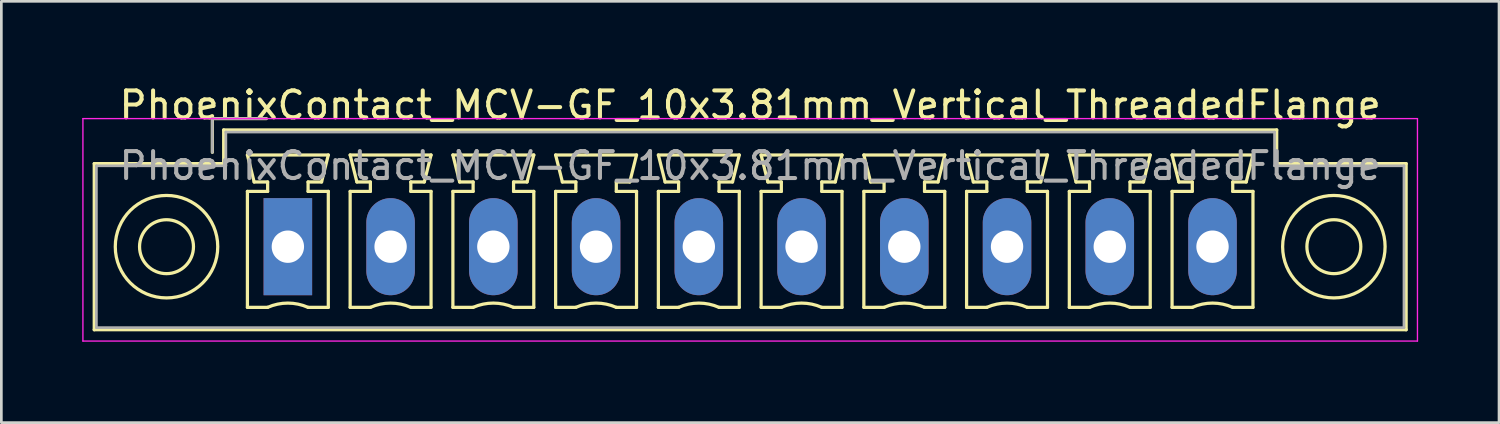
<source format=kicad_pcb>
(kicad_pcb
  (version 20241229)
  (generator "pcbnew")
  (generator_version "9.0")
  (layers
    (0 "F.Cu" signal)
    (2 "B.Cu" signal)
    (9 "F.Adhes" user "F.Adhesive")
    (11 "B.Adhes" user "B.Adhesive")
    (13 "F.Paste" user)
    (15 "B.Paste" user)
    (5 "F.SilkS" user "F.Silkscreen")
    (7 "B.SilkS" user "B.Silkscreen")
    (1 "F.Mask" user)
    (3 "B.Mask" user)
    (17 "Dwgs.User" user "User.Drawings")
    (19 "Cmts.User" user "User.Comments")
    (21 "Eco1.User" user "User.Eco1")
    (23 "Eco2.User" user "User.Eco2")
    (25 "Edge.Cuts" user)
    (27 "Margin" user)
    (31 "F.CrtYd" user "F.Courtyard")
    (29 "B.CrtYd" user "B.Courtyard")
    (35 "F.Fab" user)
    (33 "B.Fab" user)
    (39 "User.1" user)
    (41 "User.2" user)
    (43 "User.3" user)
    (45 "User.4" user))
  (footprint "PhoenixContact_MCV-GF_10x3.81mm_Vertical_ThreadedFlange"
    (layer "F.Cu")
    (at 7.625 6.098)
    (property "Reference" "PhoenixContact_MCV-GF_10x3.81mm_Vertical_ThreadedFlange" (at 17.145 -5.25 0) (layer "F.SilkS") (effects (font (size 1 1) (thickness 0.15))))
    (attr through_hole)
    (fp_line (start -7.18 -3.08) (end -7.18 3.08) (stroke (width 0.12) (type solid)) (layer "F.SilkS"))
    (fp_line (start -7.18 3.08) (end 41.47 3.08) (stroke (width 0.12) (type solid)) (layer "F.SilkS"))
    (fp_line (start -2.8 -4.75) (end -0.8 -4.75) (stroke (width 0.12) (type solid)) (layer "F.SilkS"))
    (fp_line (start -2.8 -3.5) (end -2.8 -4.75) (stroke (width 0.12) (type solid)) (layer "F.SilkS"))
    (fp_line (start -2.38 -4.33) (end -2.38 -3.08) (stroke (width 0.12) (type solid)) (layer "F.SilkS"))
    (fp_line (start -2.38 -3.08) (end -7.18 -3.08) (stroke (width 0.12) (type solid)) (layer "F.SilkS"))
    (fp_line (start -1.5 -3.4) (end 1.5 -3.4) (stroke (width 0.12) (type solid)) (layer "F.SilkS"))
    (fp_line (start -1.5 -2.05) (end -0.75 -2.05) (stroke (width 0.12) (type solid)) (layer "F.SilkS"))
    (fp_line (start -1.5 2.25) (end -1.5 -2.05) (stroke (width 0.12) (type solid)) (layer "F.SilkS"))
    (fp_line (start -1.25 -2.4) (end -1.5 -3.4) (stroke (width 0.12) (type solid)) (layer "F.SilkS"))
    (fp_line (start -0.75 -2.4) (end -1.25 -2.4) (stroke (width 0.12) (type solid)) (layer "F.SilkS"))
    (fp_line (start -0.75 -2.05) (end -0.75 -2.4) (stroke (width 0.12) (type solid)) (layer "F.SilkS"))
    (fp_line (start -0.75 2.25) (end -1.5 2.25) (stroke (width 0.12) (type solid)) (layer "F.SilkS"))
    (fp_line (start 0.75 -2.4) (end 0.75 -2.05) (stroke (width 0.12) (type solid)) (layer "F.SilkS"))
    (fp_line (start 0.75 -2.05) (end 1.5 -2.05) (stroke (width 0.12) (type solid)) (layer "F.SilkS"))
    (fp_line (start 1.25 -2.4) (end 0.75 -2.4) (stroke (width 0.12) (type solid)) (layer "F.SilkS"))
    (fp_line (start 1.5 -3.4) (end 1.25 -2.4) (stroke (width 0.12) (type solid)) (layer "F.SilkS"))
    (fp_line (start 1.5 -2.05) (end 1.5 2.25) (stroke (width 0.12) (type solid)) (layer "F.SilkS"))
    (fp_line (start 1.5 2.25) (end 0.75 2.25) (stroke (width 0.12) (type solid)) (layer "F.SilkS"))
    (fp_line (start 2.31 -3.4) (end 5.31 -3.4) (stroke (width 0.12) (type solid)) (layer "F.SilkS"))
    (fp_line (start 2.31 -2.05) (end 3.06 -2.05) (stroke (width 0.12) (type solid)) (layer "F.SilkS"))
    (fp_line (start 2.31 2.25) (end 2.31 -2.05) (stroke (width 0.12) (type solid)) (layer "F.SilkS"))
    (fp_line (start 2.56 -2.4) (end 2.31 -3.4) (stroke (width 0.12) (type solid)) (layer "F.SilkS"))
    (fp_line (start 3.06 -2.4) (end 2.56 -2.4) (stroke (width 0.12) (type solid)) (layer "F.SilkS"))
    (fp_line (start 3.06 -2.05) (end 3.06 -2.4) (stroke (width 0.12) (type solid)) (layer "F.SilkS"))
    (fp_line (start 3.06 2.25) (end 2.31 2.25) (stroke (width 0.12) (type solid)) (layer "F.SilkS"))
    (fp_line (start 4.56 -2.4) (end 4.56 -2.05) (stroke (width 0.12) (type solid)) (layer "F.SilkS"))
    (fp_line (start 4.56 -2.05) (end 5.31 -2.05) (stroke (width 0.12) (type solid)) (layer "F.SilkS"))
    (fp_line (start 5.06 -2.4) (end 4.56 -2.4) (stroke (width 0.12) (type solid)) (layer "F.SilkS"))
    (fp_line (start 5.31 -3.4) (end 5.06 -2.4) (stroke (width 0.12) (type solid)) (layer "F.SilkS"))
    (fp_line (start 5.31 -2.05) (end 5.31 2.25) (stroke (width 0.12) (type solid)) (layer "F.SilkS"))
    (fp_line (start 5.31 2.25) (end 4.56 2.25) (stroke (width 0.12) (type solid)) (layer "F.SilkS"))
    (fp_line (start 6.12 -3.4) (end 9.12 -3.4) (stroke (width 0.12) (type solid)) (layer "F.SilkS"))
    (fp_line (start 6.12 -2.05) (end 6.87 -2.05) (stroke (width 0.12) (type solid)) (layer "F.SilkS"))
    (fp_line (start 6.12 2.25) (end 6.12 -2.05) (stroke (width 0.12) (type solid)) (layer "F.SilkS"))
    (fp_line (start 6.37 -2.4) (end 6.12 -3.4) (stroke (width 0.12) (type solid)) (layer "F.SilkS"))
    (fp_line (start 6.87 -2.4) (end 6.37 -2.4) (stroke (width 0.12) (type solid)) (layer "F.SilkS"))
    (fp_line (start 6.87 -2.05) (end 6.87 -2.4) (stroke (width 0.12) (type solid)) (layer "F.SilkS"))
    (fp_line (start 6.87 2.25) (end 6.12 2.25) (stroke (width 0.12) (type solid)) (layer "F.SilkS"))
    (fp_line (start 8.37 -2.4) (end 8.37 -2.05) (stroke (width 0.12) (type solid)) (layer "F.SilkS"))
    (fp_line (start 8.37 -2.05) (end 9.12 -2.05) (stroke (width 0.12) (type solid)) (layer "F.SilkS"))
    (fp_line (start 8.87 -2.4) (end 8.37 -2.4) (stroke (width 0.12) (type solid)) (layer "F.SilkS"))
    (fp_line (start 9.12 -3.4) (end 8.87 -2.4) (stroke (width 0.12) (type solid)) (layer "F.SilkS"))
    (fp_line (start 9.12 -2.05) (end 9.12 2.25) (stroke (width 0.12) (type solid)) (layer "F.SilkS"))
    (fp_line (start 9.12 2.25) (end 8.37 2.25) (stroke (width 0.12) (type solid)) (layer "F.SilkS"))
    (fp_line (start 9.93 -3.4) (end 12.93 -3.4) (stroke (width 0.12) (type solid)) (layer "F.SilkS"))
    (fp_line (start 9.93 -2.05) (end 10.68 -2.05) (stroke (width 0.12) (type solid)) (layer "F.SilkS"))
    (fp_line (start 9.93 2.25) (end 9.93 -2.05) (stroke (width 0.12) (type solid)) (layer "F.SilkS"))
    (fp_line (start 10.18 -2.4) (end 9.93 -3.4) (stroke (width 0.12) (type solid)) (layer "F.SilkS"))
    (fp_line (start 10.68 -2.4) (end 10.18 -2.4) (stroke (width 0.12) (type solid)) (layer "F.SilkS"))
    (fp_line (start 10.68 -2.05) (end 10.68 -2.4) (stroke (width 0.12) (type solid)) (layer "F.SilkS"))
    (fp_line (start 10.68 2.25) (end 9.93 2.25) (stroke (width 0.12) (type solid)) (layer "F.SilkS"))
    (fp_line (start 12.18 -2.4) (end 12.18 -2.05) (stroke (width 0.12) (type solid)) (layer "F.SilkS"))
    (fp_line (start 12.18 -2.05) (end 12.93 -2.05) (stroke (width 0.12) (type solid)) (layer "F.SilkS"))
    (fp_line (start 12.68 -2.4) (end 12.18 -2.4) (stroke (width 0.12) (type solid)) (layer "F.SilkS"))
    (fp_line (start 12.93 -3.4) (end 12.68 -2.4) (stroke (width 0.12) (type solid)) (layer "F.SilkS"))
    (fp_line (start 12.93 -2.05) (end 12.93 2.25) (stroke (width 0.12) (type solid)) (layer "F.SilkS"))
    (fp_line (start 12.93 2.25) (end 12.18 2.25) (stroke (width 0.12) (type solid)) (layer "F.SilkS"))
    (fp_line (start 13.74 -3.4) (end 16.74 -3.4) (stroke (width 0.12) (type solid)) (layer "F.SilkS"))
    (fp_line (start 13.74 -2.05) (end 14.49 -2.05) (stroke (width 0.12) (type solid)) (layer "F.SilkS"))
    (fp_line (start 13.74 2.25) (end 13.74 -2.05) (stroke (width 0.12) (type solid)) (layer "F.SilkS"))
    (fp_line (start 13.99 -2.4) (end 13.74 -3.4) (stroke (width 0.12) (type solid)) (layer "F.SilkS"))
    (fp_line (start 14.49 -2.4) (end 13.99 -2.4) (stroke (width 0.12) (type solid)) (layer "F.SilkS"))
    (fp_line (start 14.49 -2.05) (end 14.49 -2.4) (stroke (width 0.12) (type solid)) (layer "F.SilkS"))
    (fp_line (start 14.49 2.25) (end 13.74 2.25) (stroke (width 0.12) (type solid)) (layer "F.SilkS"))
    (fp_line (start 15.99 -2.4) (end 15.99 -2.05) (stroke (width 0.12) (type solid)) (layer "F.SilkS"))
    (fp_line (start 15.99 -2.05) (end 16.74 -2.05) (stroke (width 0.12) (type solid)) (layer "F.SilkS"))
    (fp_line (start 16.49 -2.4) (end 15.99 -2.4) (stroke (width 0.12) (type solid)) (layer "F.SilkS"))
    (fp_line (start 16.74 -3.4) (end 16.49 -2.4) (stroke (width 0.12) (type solid)) (layer "F.SilkS"))
    (fp_line (start 16.74 -2.05) (end 16.74 2.25) (stroke (width 0.12) (type solid)) (layer "F.SilkS"))
    (fp_line (start 16.74 2.25) (end 15.99 2.25) (stroke (width 0.12) (type solid)) (layer "F.SilkS"))
    (fp_line (start 17.55 -3.4) (end 20.55 -3.4) (stroke (width 0.12) (type solid)) (layer "F.SilkS"))
    (fp_line (start 17.55 -2.05) (end 18.3 -2.05) (stroke (width 0.12) (type solid)) (layer "F.SilkS"))
    (fp_line (start 17.55 2.25) (end 17.55 -2.05) (stroke (width 0.12) (type solid)) (layer "F.SilkS"))
    (fp_line (start 17.8 -2.4) (end 17.55 -3.4) (stroke (width 0.12) (type solid)) (layer "F.SilkS"))
    (fp_line (start 18.3 -2.4) (end 17.8 -2.4) (stroke (width 0.12) (type solid)) (layer "F.SilkS"))
    (fp_line (start 18.3 -2.05) (end 18.3 -2.4) (stroke (width 0.12) (type solid)) (layer "F.SilkS"))
    (fp_line (start 18.3 2.25) (end 17.55 2.25) (stroke (width 0.12) (type solid)) (layer "F.SilkS"))
    (fp_line (start 19.8 -2.4) (end 19.8 -2.05) (stroke (width 0.12) (type solid)) (layer "F.SilkS"))
    (fp_line (start 19.8 -2.05) (end 20.55 -2.05) (stroke (width 0.12) (type solid)) (layer "F.SilkS"))
    (fp_line (start 20.3 -2.4) (end 19.8 -2.4) (stroke (width 0.12) (type solid)) (layer "F.SilkS"))
    (fp_line (start 20.55 -3.4) (end 20.3 -2.4) (stroke (width 0.12) (type solid)) (layer "F.SilkS"))
    (fp_line (start 20.55 -2.05) (end 20.55 2.25) (stroke (width 0.12) (type solid)) (layer "F.SilkS"))
    (fp_line (start 20.55 2.25) (end 19.8 2.25) (stroke (width 0.12) (type solid)) (layer "F.SilkS"))
    (fp_line (start 21.36 -3.4) (end 24.36 -3.4) (stroke (width 0.12) (type solid)) (layer "F.SilkS"))
    (fp_line (start 21.36 -2.05) (end 22.11 -2.05) (stroke (width 0.12) (type solid)) (layer "F.SilkS"))
    (fp_line (start 21.36 2.25) (end 21.36 -2.05) (stroke (width 0.12) (type solid)) (layer "F.SilkS"))
    (fp_line (start 21.61 -2.4) (end 21.36 -3.4) (stroke (width 0.12) (type solid)) (layer "F.SilkS"))
    (fp_line (start 22.11 -2.4) (end 21.61 -2.4) (stroke (width 0.12) (type solid)) (layer "F.SilkS"))
    (fp_line (start 22.11 -2.05) (end 22.11 -2.4) (stroke (width 0.12) (type solid)) (layer "F.SilkS"))
    (fp_line (start 22.11 2.25) (end 21.36 2.25) (stroke (width 0.12) (type solid)) (layer "F.SilkS"))
    (fp_line (start 23.61 -2.4) (end 23.61 -2.05) (stroke (width 0.12) (type solid)) (layer "F.SilkS"))
    (fp_line (start 23.61 -2.05) (end 24.36 -2.05) (stroke (width 0.12) (type solid)) (layer "F.SilkS"))
    (fp_line (start 24.11 -2.4) (end 23.61 -2.4) (stroke (width 0.12) (type solid)) (layer "F.SilkS"))
    (fp_line (start 24.36 -3.4) (end 24.11 -2.4) (stroke (width 0.12) (type solid)) (layer "F.SilkS"))
    (fp_line (start 24.36 -2.05) (end 24.36 2.25) (stroke (width 0.12) (type solid)) (layer "F.SilkS"))
    (fp_line (start 24.36 2.25) (end 23.61 2.25) (stroke (width 0.12) (type solid)) (layer "F.SilkS"))
    (fp_line (start 25.17 -3.4) (end 28.17 -3.4) (stroke (width 0.12) (type solid)) (layer "F.SilkS"))
    (fp_line (start 25.17 -2.05) (end 25.92 -2.05) (stroke (width 0.12) (type solid)) (layer "F.SilkS"))
    (fp_line (start 25.17 2.25) (end 25.17 -2.05) (stroke (width 0.12) (type solid)) (layer "F.SilkS"))
    (fp_line (start 25.42 -2.4) (end 25.17 -3.4) (stroke (width 0.12) (type solid)) (layer "F.SilkS"))
    (fp_line (start 25.92 -2.4) (end 25.42 -2.4) (stroke (width 0.12) (type solid)) (layer "F.SilkS"))
    (fp_line (start 25.92 -2.05) (end 25.92 -2.4) (stroke (width 0.12) (type solid)) (layer "F.SilkS"))
    (fp_line (start 25.92 2.25) (end 25.17 2.25) (stroke (width 0.12) (type solid)) (layer "F.SilkS"))
    (fp_line (start 27.42 -2.4) (end 27.42 -2.05) (stroke (width 0.12) (type solid)) (layer "F.SilkS"))
    (fp_line (start 27.42 -2.05) (end 28.17 -2.05) (stroke (width 0.12) (type solid)) (layer "F.SilkS"))
    (fp_line (start 27.92 -2.4) (end 27.42 -2.4) (stroke (width 0.12) (type solid)) (layer "F.SilkS"))
    (fp_line (start 28.17 -3.4) (end 27.92 -2.4) (stroke (width 0.12) (type solid)) (layer "F.SilkS"))
    (fp_line (start 28.17 -2.05) (end 28.17 2.25) (stroke (width 0.12) (type solid)) (layer "F.SilkS"))
    (fp_line (start 28.17 2.25) (end 27.42 2.25) (stroke (width 0.12) (type solid)) (layer "F.SilkS"))
    (fp_line (start 28.98 -3.4) (end 31.98 -3.4) (stroke (width 0.12) (type solid)) (layer "F.SilkS"))
    (fp_line (start 28.98 -2.05) (end 29.73 -2.05) (stroke (width 0.12) (type solid)) (layer "F.SilkS"))
    (fp_line (start 28.98 2.25) (end 28.98 -2.05) (stroke (width 0.12) (type solid)) (layer "F.SilkS"))
    (fp_line (start 29.23 -2.4) (end 28.98 -3.4) (stroke (width 0.12) (type solid)) (layer "F.SilkS"))
    (fp_line (start 29.73 -2.4) (end 29.23 -2.4) (stroke (width 0.12) (type solid)) (layer "F.SilkS"))
    (fp_line (start 29.73 -2.05) (end 29.73 -2.4) (stroke (width 0.12) (type solid)) (layer "F.SilkS"))
    (fp_line (start 29.73 2.25) (end 28.98 2.25) (stroke (width 0.12) (type solid)) (layer "F.SilkS"))
    (fp_line (start 31.23 -2.4) (end 31.23 -2.05) (stroke (width 0.12) (type solid)) (layer "F.SilkS"))
    (fp_line (start 31.23 -2.05) (end 31.98 -2.05) (stroke (width 0.12) (type solid)) (layer "F.SilkS"))
    (fp_line (start 31.73 -2.4) (end 31.23 -2.4) (stroke (width 0.12) (type solid)) (layer "F.SilkS"))
    (fp_line (start 31.98 -3.4) (end 31.73 -2.4) (stroke (width 0.12) (type solid)) (layer "F.SilkS"))
    (fp_line (start 31.98 -2.05) (end 31.98 2.25) (stroke (width 0.12) (type solid)) (layer "F.SilkS"))
    (fp_line (start 31.98 2.25) (end 31.23 2.25) (stroke (width 0.12) (type solid)) (layer "F.SilkS"))
    (fp_line (start 32.79 -3.4) (end 35.79 -3.4) (stroke (width 0.12) (type solid)) (layer "F.SilkS"))
    (fp_line (start 32.79 -2.05) (end 33.54 -2.05) (stroke (width 0.12) (type solid)) (layer "F.SilkS"))
    (fp_line (start 32.79 2.25) (end 32.79 -2.05) (stroke (width 0.12) (type solid)) (layer "F.SilkS"))
    (fp_line (start 33.04 -2.4) (end 32.79 -3.4) (stroke (width 0.12) (type solid)) (layer "F.SilkS"))
    (fp_line (start 33.54 -2.4) (end 33.04 -2.4) (stroke (width 0.12) (type solid)) (layer "F.SilkS"))
    (fp_line (start 33.54 -2.05) (end 33.54 -2.4) (stroke (width 0.12) (type solid)) (layer "F.SilkS"))
    (fp_line (start 33.54 2.25) (end 32.79 2.25) (stroke (width 0.12) (type solid)) (layer "F.SilkS"))
    (fp_line (start 35.04 -2.4) (end 35.04 -2.05) (stroke (width 0.12) (type solid)) (layer "F.SilkS"))
    (fp_line (start 35.04 -2.05) (end 35.79 -2.05) (stroke (width 0.12) (type solid)) (layer "F.SilkS"))
    (fp_line (start 35.54 -2.4) (end 35.04 -2.4) (stroke (width 0.12) (type solid)) (layer "F.SilkS"))
    (fp_line (start 35.79 -3.4) (end 35.54 -2.4) (stroke (width 0.12) (type solid)) (layer "F.SilkS"))
    (fp_line (start 35.79 -2.05) (end 35.79 2.25) (stroke (width 0.12) (type solid)) (layer "F.SilkS"))
    (fp_line (start 35.79 2.25) (end 35.04 2.25) (stroke (width 0.12) (type solid)) (layer "F.SilkS"))
    (fp_line (start 36.67 -4.33) (end -2.38 -4.33) (stroke (width 0.12) (type solid)) (layer "F.SilkS"))
    (fp_line (start 36.67 -3.08) (end 36.67 -4.33) (stroke (width 0.12) (type solid)) (layer "F.SilkS"))
    (fp_line (start 41.47 -3.08) (end 36.67 -3.08) (stroke (width 0.12) (type solid)) (layer "F.SilkS"))
    (fp_line (start 41.47 3.08) (end 41.47 -3.08) (stroke (width 0.12) (type solid)) (layer "F.SilkS"))
    (fp_arc (start -0.75 2.25) (mid -0.000193 2.09191) (end 0.749647 2.249844) (stroke (width 0.12) (type solid)) (layer "F.SilkS"))
    (fp_arc (start 3.06 2.25) (mid 3.809807 2.09191) (end 4.559647 2.249844) (stroke (width 0.12) (type solid)) (layer "F.SilkS"))
    (fp_arc (start 6.87 2.25) (mid 7.619807 2.09191) (end 8.369647 2.249844) (stroke (width 0.12) (type solid)) (layer "F.SilkS"))
    (fp_arc (start 10.68 2.25) (mid 11.429807 2.09191) (end 12.179647 2.249844) (stroke (width 0.12) (type solid)) (layer "F.SilkS"))
    (fp_arc (start 14.49 2.25) (mid 15.239807 2.09191) (end 15.989647 2.249844) (stroke (width 0.12) (type solid)) (layer "F.SilkS"))
    (fp_arc (start 18.3 2.25) (mid 19.049807 2.09191) (end 19.799647 2.249844) (stroke (width 0.12) (type solid)) (layer "F.SilkS"))
    (fp_arc (start 22.11 2.25) (mid 22.859807 2.09191) (end 23.609647 2.249844) (stroke (width 0.12) (type solid)) (layer "F.SilkS"))
    (fp_arc (start 25.92 2.25) (mid 26.669807 2.09191) (end 27.419647 2.249844) (stroke (width 0.12) (type solid)) (layer "F.SilkS"))
    (fp_arc (start 29.73 2.25) (mid 30.479807 2.09191) (end 31.229647 2.249844) (stroke (width 0.12) (type solid)) (layer "F.SilkS"))
    (fp_arc (start 33.54 2.25) (mid 34.289807 2.09191) (end 35.039647 2.249844) (stroke (width 0.12) (type solid)) (layer "F.SilkS"))
    (fp_circle (center -4.5 0) (end -3.5 0) (stroke (width 0.12) (type solid)) (fill no) (layer "F.SilkS"))
    (fp_circle (center -4.5 0) (end -2.6 0) (stroke (width 0.12) (type solid)) (fill no) (layer "F.SilkS"))
    (fp_circle (center 38.79 0) (end 39.79 0) (stroke (width 0.12) (type solid)) (fill no) (layer "F.SilkS"))
    (fp_circle (center 38.79 0) (end 40.69 0) (stroke (width 0.12) (type solid)) (fill no) (layer "F.SilkS"))
    (fp_line (start -7.6 -4.75) (end -7.6 3.5) (stroke (width 0.05) (type solid)) (layer "F.CrtYd"))
    (fp_line (start -7.6 3.5) (end 41.89 3.5) (stroke (width 0.05) (type solid)) (layer "F.CrtYd"))
    (fp_line (start 41.89 -4.75) (end -7.6 -4.75) (stroke (width 0.05) (type solid)) (layer "F.CrtYd"))
    (fp_line (start 41.89 3.5) (end 41.89 -4.75) (stroke (width 0.05) (type solid)) (layer "F.CrtYd"))
    (fp_line (start -7.1 -3) (end -7.1 3) (stroke (width 0.1) (type solid)) (layer "F.Fab"))
    (fp_line (start -7.1 3) (end 41.39 3) (stroke (width 0.1) (type solid)) (layer "F.Fab"))
    (fp_line (start -2.8 -4.75) (end -0.8 -4.75) (stroke (width 0.1) (type solid)) (layer "F.Fab"))
    (fp_line (start -2.8 -3.5) (end -2.8 -4.75) (stroke (width 0.1) (type solid)) (layer "F.Fab"))
    (fp_line (start -2.3 -4.25) (end -2.3 -3) (stroke (width 0.1) (type solid)) (layer "F.Fab"))
    (fp_line (start -2.3 -3) (end -7.1 -3) (stroke (width 0.1) (type solid)) (layer "F.Fab"))
    (fp_line (start 36.59 -4.25) (end -2.3 -4.25) (stroke (width 0.1) (type solid)) (layer "F.Fab"))
    (fp_line (start 36.59 -3) (end 36.59 -4.25) (stroke (width 0.1) (type solid)) (layer "F.Fab"))
    (fp_line (start 41.39 -3) (end 36.59 -3) (stroke (width 0.1) (type solid)) (layer "F.Fab"))
    (fp_line (start 41.39 3) (end 41.39 -3) (stroke (width 0.1) (type solid)) (layer "F.Fab"))
    (fp_text user "${REFERENCE}" (at 17.145 -3 0) (layer "F.Fab") (effects (font (size 1 1) (thickness 0.15))))
    (pad "1" thru_hole rect (at 0 0) (size 1.8 3.6) (drill 1.2) (layers "*.Cu" "*.Mask"))
    (pad "2" thru_hole oval (at 3.81 0) (size 1.8 3.6) (drill 1.2) (layers "*.Cu" "*.Mask"))
    (pad "3" thru_hole oval (at 7.62 0) (size 1.8 3.6) (drill 1.2) (layers "*.Cu" "*.Mask"))
    (pad "4" thru_hole oval (at 11.43 0) (size 1.8 3.6) (drill 1.2) (layers "*.Cu" "*.Mask"))
    (pad "5" thru_hole oval (at 15.24 0) (size 1.8 3.6) (drill 1.2) (layers "*.Cu" "*.Mask"))
    (pad "6" thru_hole oval (at 19.05 0) (size 1.8 3.6) (drill 1.2) (layers "*.Cu" "*.Mask"))
    (pad "7" thru_hole oval (at 22.86 0) (size 1.8 3.6) (drill 1.2) (layers "*.Cu" "*.Mask"))
    (pad "8" thru_hole oval (at 26.67 0) (size 1.8 3.6) (drill 1.2) (layers "*.Cu" "*.Mask"))
    (pad "9" thru_hole oval (at 30.48 0) (size 1.8 3.6) (drill 1.2) (layers "*.Cu" "*.Mask"))
    (pad "10" thru_hole oval (at 34.29 0) (size 1.8 3.6) (drill 1.2) (layers "*.Cu" "*.Mask")))
  (gr_rect
    (start -3 -3)
    (end 52.54 12.623)
    (stroke (width 0.1) (type default))
    (fill no)
    (layer "Edge.Cuts")))
</source>
